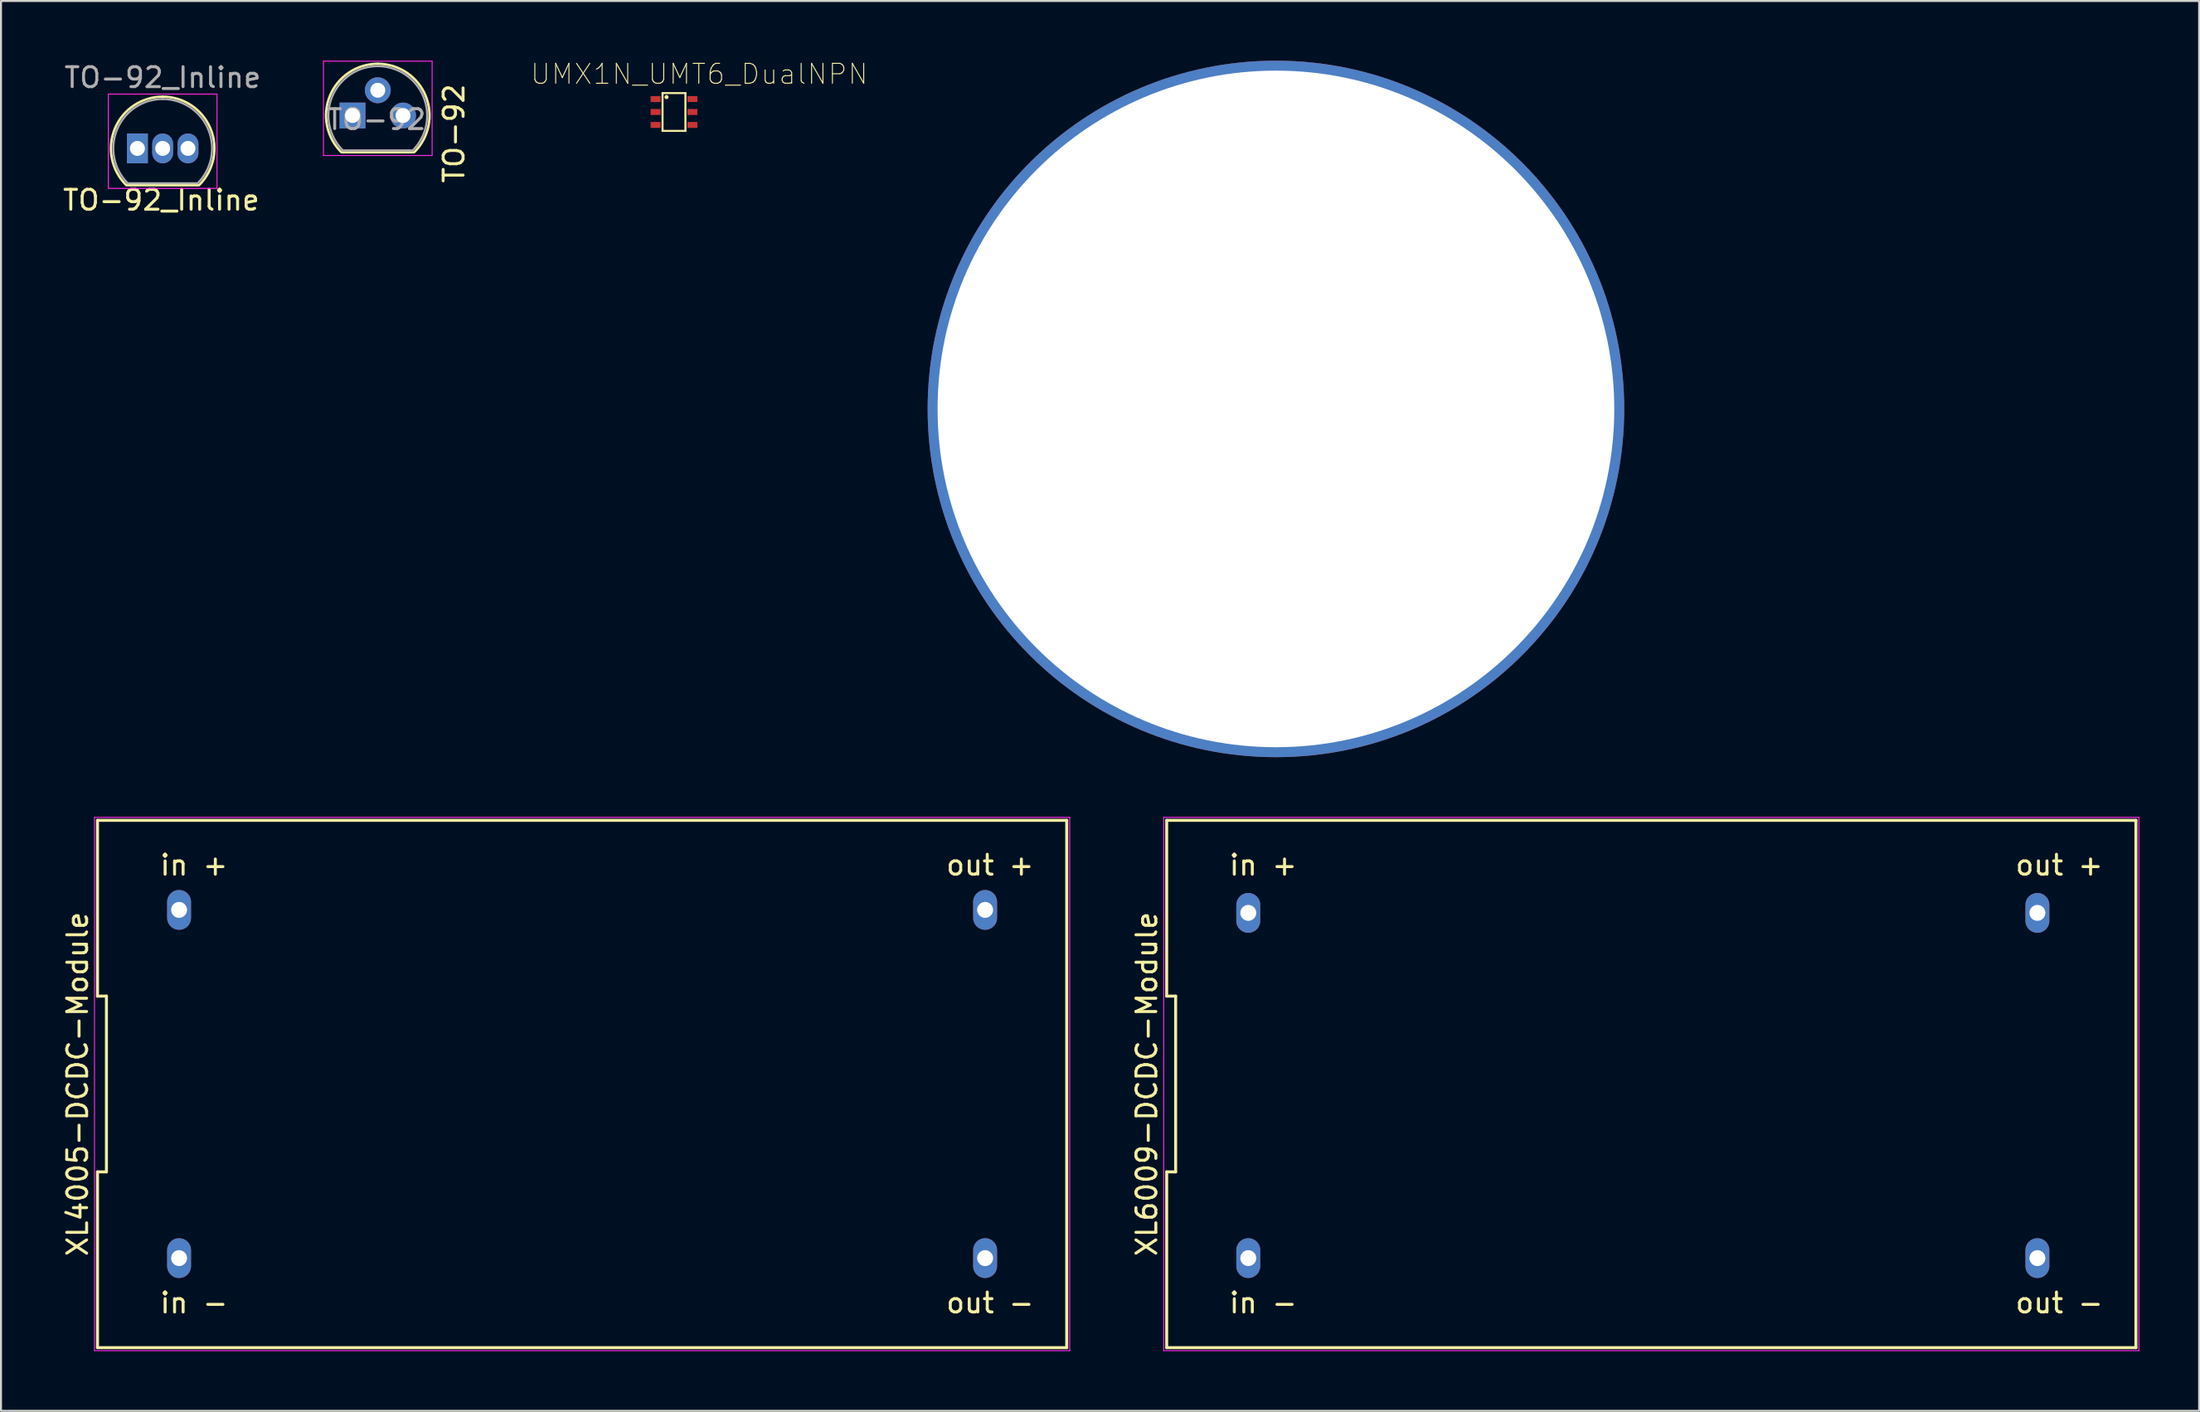
<source format=kicad_pcb>
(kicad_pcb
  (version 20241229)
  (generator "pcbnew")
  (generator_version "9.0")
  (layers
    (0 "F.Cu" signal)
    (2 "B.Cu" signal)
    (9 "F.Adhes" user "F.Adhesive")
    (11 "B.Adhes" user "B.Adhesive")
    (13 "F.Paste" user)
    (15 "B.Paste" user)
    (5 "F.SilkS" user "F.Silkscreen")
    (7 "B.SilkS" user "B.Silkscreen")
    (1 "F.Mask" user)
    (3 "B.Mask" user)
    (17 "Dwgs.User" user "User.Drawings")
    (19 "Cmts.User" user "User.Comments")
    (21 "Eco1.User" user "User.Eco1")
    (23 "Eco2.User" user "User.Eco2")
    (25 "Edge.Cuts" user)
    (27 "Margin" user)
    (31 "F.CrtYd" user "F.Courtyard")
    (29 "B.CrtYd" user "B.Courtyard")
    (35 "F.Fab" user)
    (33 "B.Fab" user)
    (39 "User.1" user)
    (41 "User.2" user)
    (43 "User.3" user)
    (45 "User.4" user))
  (footprint "XL6009-DCDC-Module"
    (layer "F.Cu")
    (at 79.921 51.425)
    (property "Reference" "XL6009-DCDC-Module" (at -25.35 0 90) (layer "F.SilkS") (effects (font (size 1 1) (thickness 0.15))))
    (attr through_hole)
    (fp_line (start -24.35 -13.25) (end -24.35 -4.417) (stroke (width 0.15) (type solid)) (layer "F.SilkS"))
    (fp_line (start -24.35 -4.417) (end -23.9 -4.417) (stroke (width 0.15) (type solid)) (layer "F.SilkS"))
    (fp_line (start -24.35 4.417) (end -24.35 13.25) (stroke (width 0.15) (type solid)) (layer "F.SilkS"))
    (fp_line (start -24.35 13.25) (end 24.35 13.25) (stroke (width 0.15) (type solid)) (layer "F.SilkS"))
    (fp_line (start -23.9 -4.417) (end -23.9 4.417) (stroke (width 0.15) (type solid)) (layer "F.SilkS"))
    (fp_line (start -23.9 4.417) (end -24.35 4.417) (stroke (width 0.15) (type solid)) (layer "F.SilkS"))
    (fp_line (start 24.35 -13.25) (end -24.35 -13.25) (stroke (width 0.15) (type solid)) (layer "F.SilkS"))
    (fp_line (start 24.35 13.25) (end 24.35 -13.25) (stroke (width 0.15) (type solid)) (layer "F.SilkS"))
    (fp_line (start -24.5 -13.4) (end 24.5 -13.4) (stroke (width 0.05) (type solid)) (layer "F.CrtYd"))
    (fp_line (start -24.5 13.4) (end -24.5 -13.4) (stroke (width 0.05) (type solid)) (layer "F.CrtYd"))
    (fp_line (start 24.5 -13.4) (end 24.5 13.4) (stroke (width 0.05) (type solid)) (layer "F.CrtYd"))
    (fp_line (start 24.5 13.4) (end -24.5 13.4) (stroke (width 0.05) (type solid)) (layer "F.CrtYd"))
    (fp_text user "out -" (at 20.5 11 0) (layer "F.SilkS") (effects (font (size 1 1) (thickness 0.15))))
    (fp_text user "in -" (at -19.5 11 0) (layer "F.SilkS") (effects (font (size 1 1) (thickness 0.15))))
    (fp_text user "in +" (at -19.5 -11 0) (layer "F.SilkS") (effects (font (size 1 1) (thickness 0.15))))
    (fp_text user "out +" (at 20.5 -11 0) (layer "F.SilkS") (effects (font (size 1 1) (thickness 0.15))))
    (pad "1" thru_hole oval (at -20.25 8.75) (size 1.2 2) (drill 0.8) (layers "*.Cu" "*.Mask"))
    (pad "2" thru_hole oval (at -20.25 -8.6) (size 1.2 2) (drill 0.8) (layers "*.Cu" "*.Mask"))
    (pad "3" thru_hole oval (at 19.4 8.75) (size 1.2 2) (drill 0.8) (layers "*.Cu" "*.Mask"))
    (pad "4" thru_hole oval (at 19.4 -8.6) (size 1.2 2) (drill 0.8) (layers "*.Cu" "*.Mask")))
  (footprint "TO-92"
    (layer "F.Cu")
    (at 14.662 2.755)
    (property "Reference" "TO-92" (at 5.1 0.9 270) (layer "F.SilkS") (effects (font (size 1 1) (thickness 0.15))))
    (attr through_hole)
    (fp_line (start -0.53 1.85) (end 3.07 1.85) (stroke (width 0.12) (type solid)) (layer "F.SilkS"))
    (fp_arc (start -0.568478 1.838478) (mid -1.132087 -0.994977) (end 1.27 -2.6) (stroke (width 0.12) (type solid)) (layer "F.SilkS"))
    (fp_arc (start 1.27 -2.6) (mid 3.672087 -0.994977) (end 3.108478 1.838478) (stroke (width 0.12) (type solid)) (layer "F.SilkS"))
    (fp_line (start -1.46 -2.73) (end -1.46 2.01) (stroke (width 0.05) (type solid)) (layer "F.CrtYd"))
    (fp_line (start -1.46 -2.73) (end 4 -2.73) (stroke (width 0.05) (type solid)) (layer "F.CrtYd"))
    (fp_line (start 4 2.01) (end -1.46 2.01) (stroke (width 0.05) (type solid)) (layer "F.CrtYd"))
    (fp_line (start 4 2.01) (end 4 -2.73) (stroke (width 0.05) (type solid)) (layer "F.CrtYd"))
    (fp_line (start -0.5 1.75) (end 3 1.75) (stroke (width 0.1) (type solid)) (layer "F.Fab"))
    (fp_arc (start -0.483625 1.753625) (mid -1.021221 -0.949055) (end 1.27 -2.48) (stroke (width 0.1) (type solid)) (layer "F.Fab"))
    (fp_arc (start 1.27 -2.48) (mid 3.561221 -0.949055) (end 3.023625 1.753625) (stroke (width 0.1) (type solid)) (layer "F.Fab"))
    (fp_text user "${REFERENCE}" (at 1.2 0.2 0) (layer "F.Fab") (effects (font (size 1 1) (thickness 0.15))))
    (pad "1" thru_hole rect (at 0 0 90) (size 1.3 1.3) (drill 0.75) (layers "*.Cu" "*.Mask"))
    (pad "2" thru_hole circle (at 1.27 -1.27 90) (size 1.3 1.3) (drill 0.75) (layers "*.Cu" "*.Mask"))
    (pad "3" thru_hole circle (at 2.54 0 90) (size 1.3 1.3) (drill 0.75) (layers "*.Cu" "*.Mask")))
  (footprint "UMX1N_UMT6_DualNPN"
    (layer "F.Cu")
    (at 30.815 2.578)
    (property "Reference" "UMX1N_UMT6_DualNPN" (at 1.27 -1.905 0) (layer "F.SilkS") (effects (font (size 1 1) (thickness 0.05))))
    (attr smd)
    (fp_poly (pts (xy -1.225 -0.85) (xy -0.6 -0.85) (xy -0.6 -0.45) (xy -1.225 -0.45)) (stroke (width 0) (type solid)) (fill yes) (layer "F.Mask"))
    (fp_poly (pts (xy -1.225 -0.2) (xy -0.6 -0.2) (xy -0.6 0.2) (xy -1.225 0.2)) (stroke (width 0) (type solid)) (fill yes) (layer "F.Mask"))
    (fp_poly (pts (xy -1.225 0.45) (xy -0.6 0.45) (xy -0.6 0.85) (xy -1.225 0.85)) (stroke (width 0) (type solid)) (fill yes) (layer "F.Mask"))
    (fp_poly (pts (xy 1.225 -0.45) (xy 0.6 -0.45) (xy 0.6 -0.85) (xy 1.225 -0.85)) (stroke (width 0) (type solid)) (fill yes) (layer "F.Mask"))
    (fp_poly (pts (xy 1.225 0.2) (xy 0.6 0.2) (xy 0.6 -0.2) (xy 1.225 -0.2)) (stroke (width 0) (type solid)) (fill yes) (layer "F.Mask"))
    (fp_poly (pts (xy 1.225 0.85) (xy 0.6 0.85) (xy 0.6 0.45) (xy 1.225 0.45)) (stroke (width 0) (type solid)) (fill yes) (layer "F.Mask"))
    (fp_line (start -0.575 -0.95) (end 0.575 -0.95) (stroke (width 0.102) (type solid)) (layer "F.SilkS"))
    (fp_line (start -0.575 0.95) (end -0.575 -0.95) (stroke (width 0.102) (type solid)) (layer "F.SilkS"))
    (fp_line (start 0.575 -0.95) (end 0.575 0.95) (stroke (width 0.102) (type solid)) (layer "F.SilkS"))
    (fp_line (start 0.575 0.95) (end -0.575 0.95) (stroke (width 0.102) (type solid)) (layer "F.SilkS"))
    (fp_circle (center -0.375 -0.75) (end -0.272 -0.75) (stroke (width 0) (type solid)) (fill yes) (layer "F.SilkS"))
    (fp_poly (pts (xy -1.15 -0.775) (xy -0.7 -0.775) (xy -0.7 -0.525) (xy -1.15 -0.525)) (stroke (width 0) (type solid)) (fill yes) (layer "F.Paste"))
    (fp_poly (pts (xy -1.15 -0.125) (xy -0.7 -0.125) (xy -0.7 0.125) (xy -1.15 0.125)) (stroke (width 0) (type solid)) (fill yes) (layer "F.Paste"))
    (fp_poly (pts (xy -1.15 0.525) (xy -0.7 0.525) (xy -0.7 0.775) (xy -1.15 0.775)) (stroke (width 0) (type solid)) (fill yes) (layer "F.Paste"))
    (fp_poly (pts (xy 1.15 -0.525) (xy 0.7 -0.525) (xy 0.7 -0.775) (xy 1.15 -0.775)) (stroke (width 0) (type solid)) (fill yes) (layer "F.Paste"))
    (fp_poly (pts (xy 1.15 0.125) (xy 0.7 0.125) (xy 0.7 -0.125) (xy 1.15 -0.125)) (stroke (width 0) (type solid)) (fill yes) (layer "F.Paste"))
    (fp_poly (pts (xy 1.15 0.775) (xy 0.7 0.775) (xy 0.7 0.525) (xy 1.15 0.525)) (stroke (width 0) (type solid)) (fill yes) (layer "F.Paste"))
    (fp_poly (pts (xy -1.05 -0.75) (xy -0.575 -0.75) (xy -0.575 -0.55) (xy -1.05 -0.55)) (stroke (width 0.1) (type solid)) (fill no) (layer "Eco2.User"))
    (fp_poly (pts (xy -1.05 -0.1) (xy -0.575 -0.1) (xy -0.575 0.1) (xy -1.05 0.1)) (stroke (width 0.1) (type solid)) (fill no) (layer "Eco2.User"))
    (fp_poly (pts (xy -1.05 0.55) (xy -0.575 0.55) (xy -0.575 0.75) (xy -1.05 0.75)) (stroke (width 0.1) (type solid)) (fill no) (layer "Eco2.User"))
    (fp_poly (pts (xy 1.05 -0.55) (xy 0.575 -0.55) (xy 0.575 -0.75) (xy 1.05 -0.75)) (stroke (width 0.1) (type solid)) (fill no) (layer "Eco2.User"))
    (fp_poly (pts (xy 1.05 0.1) (xy 0.575 0.1) (xy 0.575 -0.1) (xy 1.05 -0.1)) (stroke (width 0.1) (type solid)) (fill no) (layer "Eco2.User"))
    (fp_poly (pts (xy 1.05 0.75) (xy 0.575 0.75) (xy 0.575 0.55) (xy 1.05 0.55)) (stroke (width 0.1) (type solid)) (fill no) (layer "Eco2.User"))
    (pad "1" smd rect (at -0.925 -0.65) (size 0.5 0.3) (layers "F.Cu" "F.Mask" "F.Paste"))
    (pad "2" smd rect (at -0.925 0) (size 0.5 0.3) (layers "F.Cu" "F.Mask" "F.Paste"))
    (pad "3" smd rect (at -0.925 0.65) (size 0.5 0.3) (layers "F.Cu" "F.Mask" "F.Paste"))
    (pad "4" smd rect (at 0.925 0.65 180) (size 0.5 0.3) (layers "F.Cu" "F.Mask" "F.Paste"))
    (pad "5" smd rect (at 0.925 0 180) (size 0.5 0.3) (layers "F.Cu" "F.Mask" "F.Paste"))
    (pad "6" smd rect (at 0.925 -0.65 180) (size 0.5 0.3) (layers "F.Cu" "F.Mask" "F.Paste")))
  (footprint "VU_Meter_Hole"
    (layer "F.Cu")
    (at 61.06 17.5)
    (property "Reference" "VU_Meter_Hole" (at 0 0.5 0) (layer "F.SilkS") (effects (font (size 1 1) (thickness 0.15))))
    (attr through_hole)
    (pad "" np_thru_hole circle (at 0 0) (size 35 35) (drill 34) (layers "*.Cu" "*.Mask")))
  (footprint "TO-92_Inline"
    (layer "F.Cu")
    (at 3.854 4.408)
    (property "Reference" "TO-92_Inline" (at 1.2 2.6 0) (layer "F.SilkS") (effects (font (size 1 1) (thickness 0.15))))
    (attr through_hole)
    (fp_line (start -0.53 1.85) (end 3.07 1.85) (stroke (width 0.12) (type solid)) (layer "F.SilkS"))
    (fp_arc (start -0.568478 1.838478) (mid -1.132087 -0.994977) (end 1.27 -2.6) (stroke (width 0.12) (type solid)) (layer "F.SilkS"))
    (fp_arc (start 1.27 -2.6) (mid 3.672087 -0.994977) (end 3.108478 1.838478) (stroke (width 0.12) (type solid)) (layer "F.SilkS"))
    (fp_line (start -1.46 -2.73) (end -1.46 2.01) (stroke (width 0.05) (type solid)) (layer "F.CrtYd"))
    (fp_line (start -1.46 -2.73) (end 4 -2.73) (stroke (width 0.05) (type solid)) (layer "F.CrtYd"))
    (fp_line (start 4 2.01) (end -1.46 2.01) (stroke (width 0.05) (type solid)) (layer "F.CrtYd"))
    (fp_line (start 4 2.01) (end 4 -2.73) (stroke (width 0.05) (type solid)) (layer "F.CrtYd"))
    (fp_line (start -0.5 1.75) (end 3 1.75) (stroke (width 0.1) (type solid)) (layer "F.Fab"))
    (fp_arc (start -0.483625 1.753625) (mid -1.021221 -0.949055) (end 1.27 -2.48) (stroke (width 0.1) (type solid)) (layer "F.Fab"))
    (fp_arc (start 1.27 -2.48) (mid 3.561221 -0.949055) (end 3.023625 1.753625) (stroke (width 0.1) (type solid)) (layer "F.Fab"))
    (fp_text user "${REFERENCE}" (at 1.27 -3.56 0) (layer "F.Fab") (effects (font (size 1 1) (thickness 0.15))))
    (pad "1" thru_hole rect (at 0 0) (size 1.05 1.5) (drill 0.75) (layers "*.Cu" "*.Mask"))
    (pad "2" thru_hole oval (at 1.27 0) (size 1.05 1.5) (drill 0.75) (layers "*.Cu" "*.Mask"))
    (pad "3" thru_hole oval (at 2.54 0) (size 1.05 1.5) (drill 0.75) (layers "*.Cu" "*.Mask")))
  (footprint "XL4005-DCDC-Module"
    (layer "F.Cu")
    (at 26.198 51.425)
    (property "Reference" "XL4005-DCDC-Module" (at -25.35 0 90) (layer "F.SilkS") (effects (font (size 1 1) (thickness 0.15))))
    (attr through_hole)
    (fp_line (start -24.35 -13.25) (end -24.35 -4.417) (stroke (width 0.15) (type solid)) (layer "F.SilkS"))
    (fp_line (start -24.35 -4.417) (end -23.9 -4.417) (stroke (width 0.15) (type solid)) (layer "F.SilkS"))
    (fp_line (start -24.35 4.417) (end -24.35 13.25) (stroke (width 0.15) (type solid)) (layer "F.SilkS"))
    (fp_line (start -24.35 13.25) (end 24.35 13.25) (stroke (width 0.15) (type solid)) (layer "F.SilkS"))
    (fp_line (start -23.9 -4.417) (end -23.9 4.417) (stroke (width 0.15) (type solid)) (layer "F.SilkS"))
    (fp_line (start -23.9 4.417) (end -24.35 4.417) (stroke (width 0.15) (type solid)) (layer "F.SilkS"))
    (fp_line (start 24.35 -13.25) (end -24.35 -13.25) (stroke (width 0.15) (type solid)) (layer "F.SilkS"))
    (fp_line (start 24.35 13.25) (end 24.35 -13.25) (stroke (width 0.15) (type solid)) (layer "F.SilkS"))
    (fp_line (start -24.5 -13.4) (end 24.5 -13.4) (stroke (width 0.05) (type solid)) (layer "F.CrtYd"))
    (fp_line (start -24.5 13.4) (end -24.5 -13.4) (stroke (width 0.05) (type solid)) (layer "F.CrtYd"))
    (fp_line (start 24.5 -13.4) (end 24.5 13.4) (stroke (width 0.05) (type solid)) (layer "F.CrtYd"))
    (fp_line (start 24.5 13.4) (end -24.5 13.4) (stroke (width 0.05) (type solid)) (layer "F.CrtYd"))
    (fp_text user "out -" (at 20.5 11 0) (layer "F.SilkS") (effects (font (size 1 1) (thickness 0.15))))
    (fp_text user "in -" (at -19.5 11 0) (layer "F.SilkS") (effects (font (size 1 1) (thickness 0.15))))
    (fp_text user "out +" (at 20.5 -11 0) (layer "F.SilkS") (effects (font (size 1 1) (thickness 0.15))))
    (fp_text user "in +" (at -19.5 -11 0) (layer "F.SilkS") (effects (font (size 1 1) (thickness 0.15))))
    (pad "1" thru_hole oval (at -20.25 8.75) (size 1.2 2) (drill 0.8) (layers "*.Cu" "*.Mask"))
    (pad "2" thru_hole oval (at -20.25 -8.75) (size 1.2 2) (drill 0.8) (layers "*.Cu" "*.Mask"))
    (pad "3" thru_hole oval (at 20.25 8.75) (size 1.2 2) (drill 0.8) (layers "*.Cu" "*.Mask"))
    (pad "4" thru_hole oval (at 20.25 -8.75) (size 1.2 2) (drill 0.8) (layers "*.Cu" "*.Mask")))
  (gr_rect
    (start -3 -3)
    (end 107.447 67.85)
    (stroke (width 0.1) (type default))
    (fill no)
    (layer "Edge.Cuts")))
</source>
